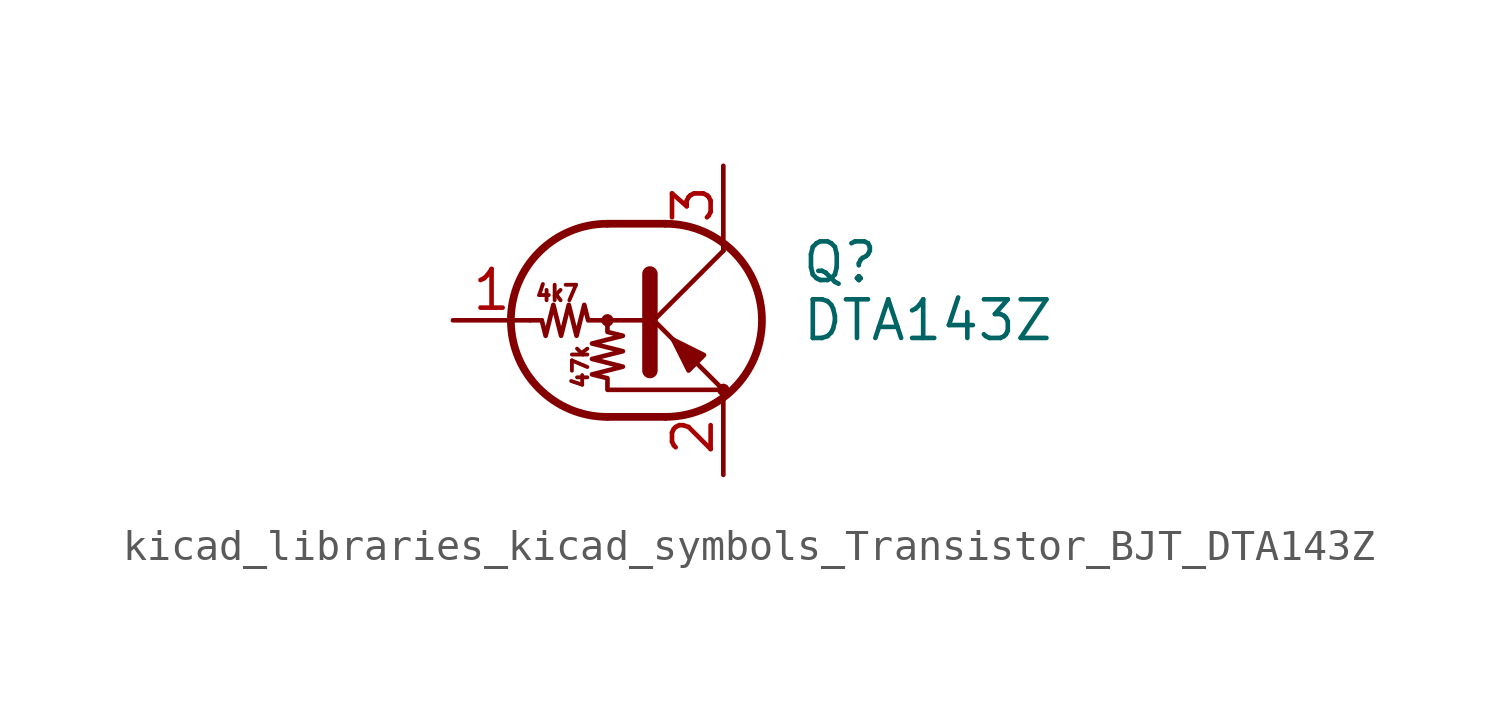
<source format=kicad_sym>
(kicad_symbol_lib
  (version 20220914)
  (generator kicad_symbol_editor)
  (symbol "kicad_libraries_kicad_symbols_Transistor_BJT_DTA143Z"
    (pin_names
      (offset 0) hide)
    (property "Reference" "Q"
      (at 5.08 1.905 0)
      (effects (font (size 1.27 1.27)) (justify left)))
    (property "Value" "DTA143Z"
      (at 5.08 0 0)
      (effects (font (size 1.27 1.27)) (justify left)))
    (symbol "kicad_libraries_kicad_symbols_Transistor_BJT_DTA143Z_0_0"
      (text "47k" (at -2.159 -1.524 900) (effects (font (size 0.508 0.508))))
      (text "4k7" (at -2.921 0.889 0) (effects (font (size 0.508 0.508)))))
    (symbol "kicad_libraries_kicad_symbols_Transistor_BJT_DTA143Z_0_1"
      (circle (center -1.27 0) (radius 0.127) (stroke (width 0) (type default)) (fill (type none)))
      (arc (start -1.27 3.175) (mid -4.4312 0) (end -1.27 -3.175) (stroke (width 0.254) (type default)) (fill (type none)))
      (polyline (pts (xy -3.429 0) (xy -3.81 0)) (stroke (width 0) (type default)) (fill (type none)))
      (polyline (pts (xy -1.27 -3.175) (xy 0.635 -3.175)) (stroke (width 0.254) (type default)) (fill (type none)))
      (polyline (pts (xy -1.27 3.175) (xy 0.635 3.175)) (stroke (width 0.254) (type default)) (fill (type none)))
      (polyline (pts (xy 0 -0.254) (xy 2.54 2.286)) (stroke (width 0) (type default)) (fill (type none)))
      (polyline (pts (xy 0.127 1.524) (xy 0.127 -1.651)) (stroke (width 0.508) (type default)) (fill (type outline)))
      (polyline (pts (xy 2.54 2.286) (xy 2.54 2.54)) (stroke (width 0) (type default)) (fill (type none)))
      (polyline (pts (xy 2.54 -2.286) (xy 0 0.254) (xy 0 0.254)) (stroke (width 0) (type default)) (fill (type none)))
      (polyline (pts (xy 1.397 -1.651) (xy 1.905 -1.143) (xy 0.889 -0.635) (xy 1.397 -1.651)) (stroke (width 0) (type default)) (fill (type outline)))
      (polyline (pts (xy 0 0) (xy -1.905 0) (xy -2.032 0.508) (xy -2.286 -0.508) (xy -2.54 0.508) (xy -2.794 -0.508) (xy -3.048 0.508) (xy -3.302 -0.508) (xy -3.429 0)) (stroke (width 0) (type default)) (fill (type none)))
      (polyline (pts (xy -1.27 0) (xy -1.27 -0.381) (xy -0.762 -0.508) (xy -1.778 -0.762) (xy -0.762 -1.016) (xy -1.778 -1.27) (xy -0.762 -1.524) (xy -1.778 -1.778) (xy -1.27 -1.905) (xy -1.27 -2.286) (xy 2.54 -2.286)) (stroke (width 0) (type default)) (fill (type none)))
      (arc (start 0.635 -3.175) (mid 3.7962 0) (end 0.635 3.175) (stroke (width 0.254) (type default)) (fill (type none)))
      (circle (center 2.54 -2.286) (radius 0.127) (stroke (width 0) (type default)) (fill (type none))))
    (symbol "kicad_libraries_kicad_symbols_Transistor_BJT_DTA143Z_1_1"
      (pin input line (at -6.35 0 0) (length 2.54) (name "B" (effects (font (size 1.27 1.27)))) (number "1" (effects (font (size 1.27 1.27)))))
      (pin passive line (at 2.54 -5.08 90) (length 2.54) (name "E" (effects (font (size 1.27 1.27)))) (number "2" (effects (font (size 1.27 1.27)))))
      (pin passive line (at 2.54 5.08 270) (length 2.54) (name "C" (effects (font (size 1.27 1.27)))) (number "3" (effects (font (size 1.27 1.27))))))))
</source>
